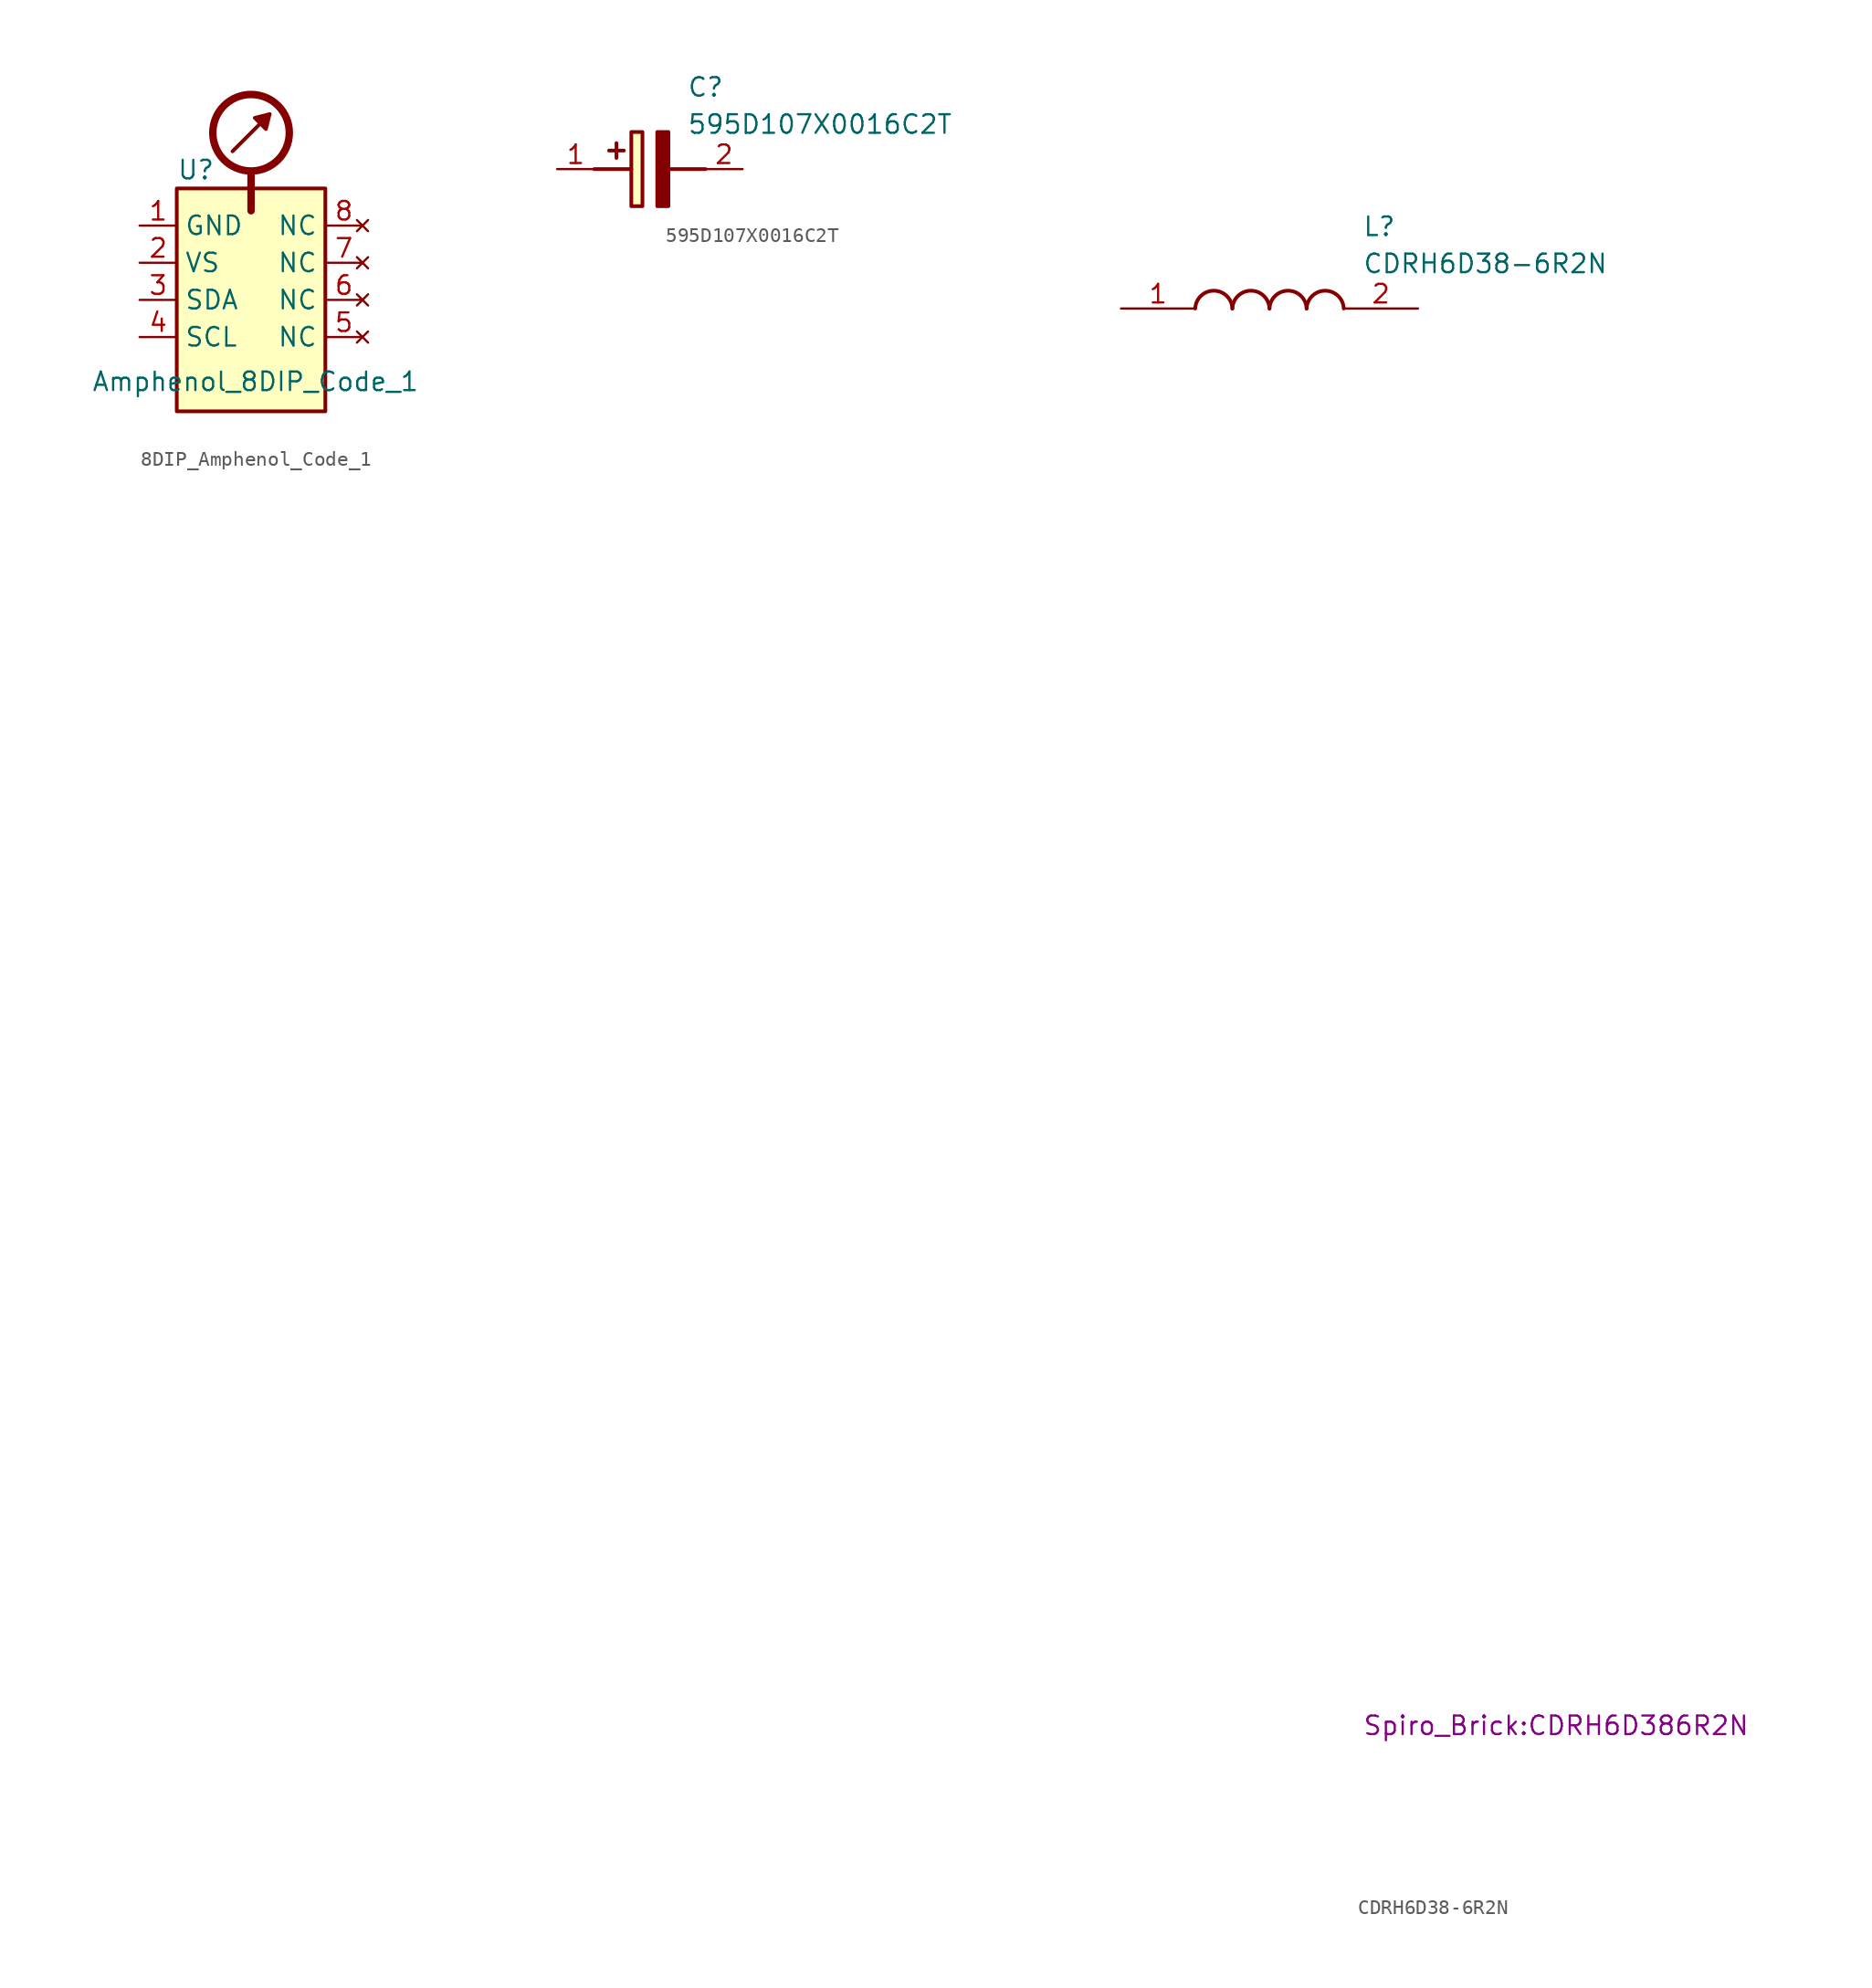
<source format=kicad_sym>
(kicad_symbol_lib
  (version 20241209)
  (generator "kicad_symbol_editor")
  (generator_version "9.0")
  (symbol "8DIP_Amphenol_Code_1"
    (property "Reference" "U"
      (at -5.08 8.89 0)
      (effects (font (size 1.27 1.27)) (justify left)))
    (property "Value" "Amphenol_8DIP_Code_1"
      (at -10.922 -5.588 0)
      (effects (font (size 1.27 1.27)) (justify left)))
    (symbol "8DIP_Amphenol_Code_1_0_1"
      (rectangle (start -5.08 7.62) (end 5.08 -7.62) (stroke (width 0.254) (type default)) (fill (type background)))
      (polyline (pts (xy -1.27 10.16) (xy 1.27 12.7)) (stroke (width 0.254) (type default)) (fill (type none)))
      (circle (center 0 11.43) (radius 2.616) (stroke (width 0.508) (type default)) (fill (type none)))
      (polyline (pts (xy 0 8.636) (xy 0 6.096)) (stroke (width 0.508) (type default)) (fill (type none)))
      (polyline (pts (xy 1.27 12.7) (xy 1.016 11.684) (xy 0.254 12.446) (xy 1.27 12.7)) (stroke (width 0.254) (type default)) (fill (type outline))))
    (symbol "8DIP_Amphenol_Code_1_1_0"
      (pin no_connect line (at 7.62 0 180) (length 2.54) (name "NC" (effects (font (size 1.27 1.27)))) (number "6" (effects (font (size 1.27 1.27)))))
      (pin no_connect line (at 7.62 -2.54 180) (length 2.54) (name "NC" (effects (font (size 1.27 1.27)))) (number "5" (effects (font (size 1.27 1.27))))))
    (symbol "8DIP_Amphenol_Code_1_1_1"
      (pin power_in line (at -7.62 5.08 0) (length 2.54) (name "GND" (effects (font (size 1.27 1.27)))) (number "1" (effects (font (size 1.27 1.27)))))
      (pin power_in line (at -7.62 2.54 0) (length 2.54) (name "VS" (effects (font (size 1.27 1.27)))) (number "2" (effects (font (size 1.27 1.27)))))
      (pin bidirectional line (at -7.62 0 0) (length 2.54) (name "SDA" (effects (font (size 1.27 1.27)))) (number "3" (effects (font (size 1.27 1.27)))))
      (pin input line (at -7.62 -2.54 0) (length 2.54) (name "SCL" (effects (font (size 1.27 1.27)))) (number "4" (effects (font (size 1.27 1.27)))))
      (pin no_connect line (at 7.62 5.08 180) (length 2.54) (name "NC" (effects (font (size 1.27 1.27)))) (number "8" (effects (font (size 1.27 1.27)))))
      (pin no_connect line (at 7.62 2.54 180) (length 2.54) (name "NC" (effects (font (size 1.27 1.27)))) (number "7" (effects (font (size 1.27 1.27)))))))
  (symbol "595D107X0016C2T"
    (pin_names
      (hide yes))
    (property "Reference" "C"
      (at 8.89 6.35 0)
      (effects (font (size 1.27 1.27)) (justify left top)))
    (property "Value" "595D107X0016C2T"
      (at 8.89 3.81 0)
      (effects (font (size 1.27 1.27)) (justify left top)))
    (symbol "595D107X0016C2T_1_1"
      (polyline (pts (xy 2.54 0) (xy 5.08 0)) (stroke (width 0.254) (type default)) (fill (type none)))
      (polyline (pts (xy 4.064 1.778) (xy 4.064 0.762)) (stroke (width 0.254) (type default)) (fill (type none)))
      (polyline (pts (xy 4.572 1.27) (xy 3.556 1.27)) (stroke (width 0.254) (type default)) (fill (type none)))
      (rectangle (start 5.08 2.54) (end 5.842 -2.54) (stroke (width 0.254) (type default)) (fill (type background)))
      (polyline (pts (xy 7.62 2.54) (xy 7.62 -2.54) (xy 6.858 -2.54) (xy 6.858 2.54) (xy 7.62 2.54)) (stroke (width 0.254) (type default)) (fill (type outline)))
      (polyline (pts (xy 7.62 0) (xy 10.16 0)) (stroke (width 0.254) (type default)) (fill (type none)))
      (pin passive line (at 0 0 0) (length 2.54) (name "+" (effects (font (size 1.27 1.27)))) (number "1" (effects (font (size 1.27 1.27)))))
      (pin passive line (at 12.7 0 180) (length 2.54) (name "-" (effects (font (size 1.27 1.27)))) (number "2" (effects (font (size 1.27 1.27)))))))
  (symbol "CDRH6D38-6R2N"
    (pin_names
      (hide yes))
    (property "Reference" "L"
      (at 16.51 6.35 0)
      (effects (font (size 1.27 1.27)) (justify left top)))
    (property "Value" "CDRH6D38-6R2N"
      (at 16.51 3.81 0)
      (effects (font (size 1.27 1.27)) (justify left top)))
    (property "Footprint" "Spiro_Brick:CDRH6D386R2N"
      (at 16.51 -96.19 0)
      (effects (font (size 1.27 1.27)) (justify left top)))
    (symbol "CDRH6D38-6R2N_1_1"
      (arc (start 5.08 0) (mid 6.35 1.219) (end 7.62 0) (stroke (width 0.254) (type default)) (fill (type none)))
      (arc (start 7.62 0) (mid 8.89 1.219) (end 10.16 0) (stroke (width 0.254) (type default)) (fill (type none)))
      (arc (start 10.16 0) (mid 11.43 1.219) (end 12.7 0) (stroke (width 0.254) (type default)) (fill (type none)))
      (arc (start 12.7 0) (mid 13.97 1.219) (end 15.24 0) (stroke (width 0.254) (type default)) (fill (type none)))
      (pin passive line (at 0 0 0) (length 5.08) (name "1" (effects (font (size 1.27 1.27)))) (number "1" (effects (font (size 1.27 1.27)))))
      (pin passive line (at 20.32 0 180) (length 5.08) (name "2" (effects (font (size 1.27 1.27)))) (number "2" (effects (font (size 1.27 1.27))))))))
</source>
